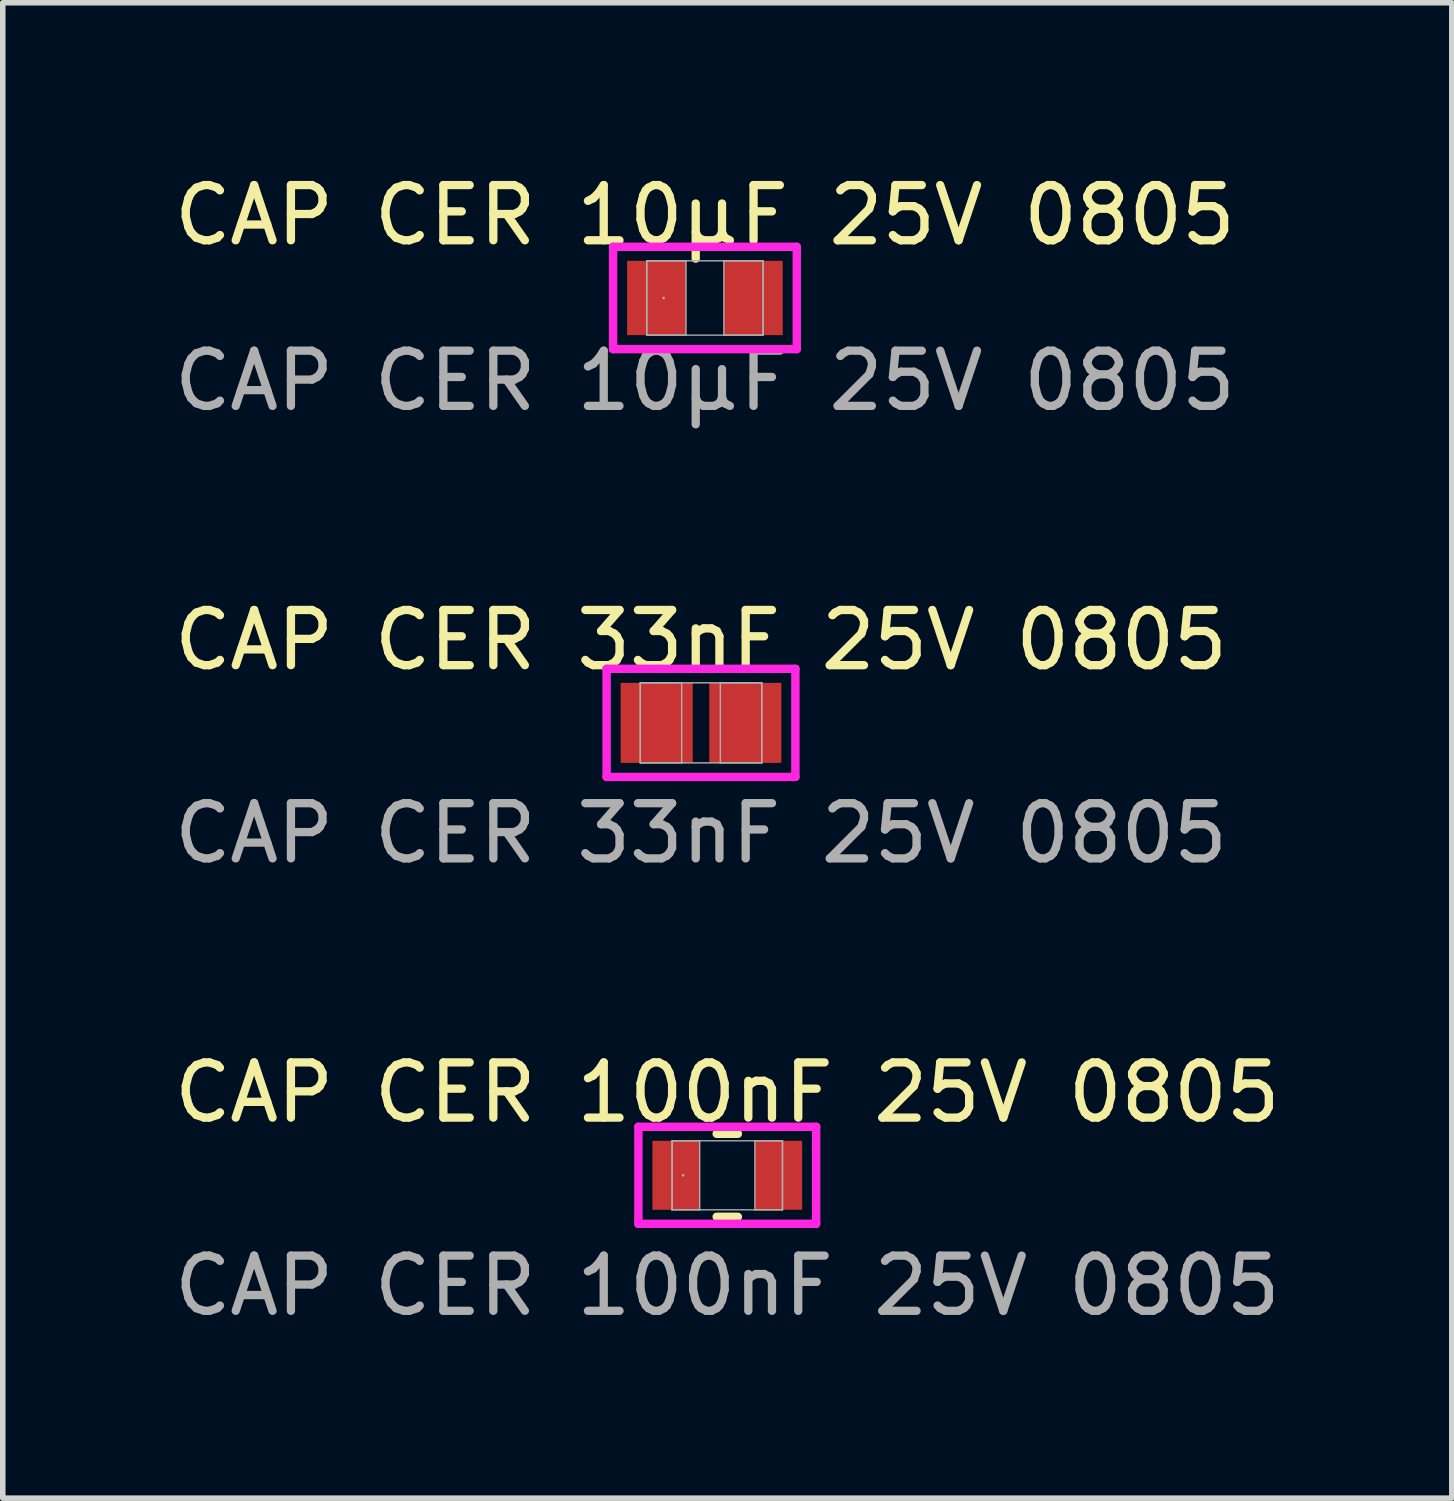
<source format=kicad_pcb>
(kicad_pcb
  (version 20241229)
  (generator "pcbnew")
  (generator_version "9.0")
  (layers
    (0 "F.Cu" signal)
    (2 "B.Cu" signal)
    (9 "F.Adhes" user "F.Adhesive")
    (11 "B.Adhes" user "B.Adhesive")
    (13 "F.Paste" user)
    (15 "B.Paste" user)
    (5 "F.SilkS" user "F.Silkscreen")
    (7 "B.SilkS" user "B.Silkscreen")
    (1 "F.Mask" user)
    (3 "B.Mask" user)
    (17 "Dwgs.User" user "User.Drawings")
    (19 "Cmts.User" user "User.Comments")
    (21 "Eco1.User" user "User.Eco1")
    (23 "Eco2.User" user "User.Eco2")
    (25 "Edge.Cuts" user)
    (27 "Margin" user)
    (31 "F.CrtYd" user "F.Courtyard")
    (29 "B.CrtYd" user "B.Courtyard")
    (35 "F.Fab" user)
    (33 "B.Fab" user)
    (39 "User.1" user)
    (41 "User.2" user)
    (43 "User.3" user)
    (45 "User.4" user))
  (footprint "CAP CER 100nF 25V 0805"
    (layer "F.Cu")
    (at 10.125 18.241)
    (property "Reference" "CAP CER 100nF 25V 0805" (at 0 -1.5 0) (unlocked yes) (layer "F.SilkS") (effects (font (size 1 1) (thickness 0.15))))
    (attr smd)
    (fp_line (start -0.192 0.752) (end 0.192 0.752) (stroke (width 0.152) (type solid)) (layer "F.SilkS"))
    (fp_line (start 0.192 -0.752) (end -0.192 -0.752) (stroke (width 0.152) (type solid)) (layer "F.SilkS"))
    (fp_line (start -1.61 -0.879) (end 1.61 -0.879) (stroke (width 0.152) (type solid)) (layer "F.CrtYd"))
    (fp_line (start -1.61 0.879) (end -1.61 -0.879) (stroke (width 0.152) (type solid)) (layer "F.CrtYd"))
    (fp_line (start 1.61 -0.879) (end 1.61 0.879) (stroke (width 0.152) (type solid)) (layer "F.CrtYd"))
    (fp_line (start 1.61 0.879) (end -1.61 0.879) (stroke (width 0.152) (type solid)) (layer "F.CrtYd"))
    (fp_line (start -1 -0.625) (end -1 0.625) (stroke (width 0.025) (type solid)) (layer "F.Fab"))
    (fp_line (start -1 -0.625) (end -1 0.625) (stroke (width 0.025) (type solid)) (layer "F.Fab"))
    (fp_line (start -1 0.625) (end -0.5 0.625) (stroke (width 0.025) (type solid)) (layer "F.Fab"))
    (fp_line (start -1 0.625) (end 1 0.625) (stroke (width 0.025) (type solid)) (layer "F.Fab"))
    (fp_line (start -0.5 -0.625) (end -1 -0.625) (stroke (width 0.025) (type solid)) (layer "F.Fab"))
    (fp_line (start -0.5 0.625) (end -0.5 -0.625) (stroke (width 0.025) (type solid)) (layer "F.Fab"))
    (fp_line (start 0.5 -0.625) (end 0.5 0.625) (stroke (width 0.025) (type solid)) (layer "F.Fab"))
    (fp_line (start 0.5 0.625) (end 1 0.625) (stroke (width 0.025) (type solid)) (layer "F.Fab"))
    (fp_line (start 1 -0.625) (end -1 -0.625) (stroke (width 0.025) (type solid)) (layer "F.Fab"))
    (fp_line (start 1 -0.625) (end 0.5 -0.625) (stroke (width 0.025) (type solid)) (layer "F.Fab"))
    (fp_line (start 1 0.625) (end 1 -0.625) (stroke (width 0.025) (type solid)) (layer "F.Fab"))
    (fp_line (start 1 0.625) (end 1 -0.625) (stroke (width 0.025) (type solid)) (layer "F.Fab"))
    (fp_circle (center -0.801 0) (end -0.801 0) (stroke (width 0.025) (type solid)) (fill no) (layer "F.Fab"))
    (fp_text user "${REFERENCE}" (at 0 2 0) (unlocked yes) (layer "F.Fab") (effects (font (size 1 1) (thickness 0.15))))
    (pad "1" smd rect (at -0.928 0) (size 0.856 1.25) (layers "F.Cu" "F.Mask" "F.Paste"))
    (pad "2" smd rect (at 0.928 0) (size 0.856 1.25) (layers "F.Cu" "F.Mask" "F.Paste"))
    (zone (net_name "") (layer "F.Cu") (hatch full 0.508) (connect_pads) (min_thickness 0.254) (filled_areas_thickness no) (keepout (tracks not_allowed) (vias not_allowed) (pads allowed) (copperpour not_allowed) (footprints allowed)) (placement (enabled no)) (fill) (polygon (pts (xy 9.676 17.667) (xy 10.574 17.667) (xy 10.574 18.815) (xy 9.676 18.815)))))
  (footprint "CAP CER 33nF 25V 0805"
    (layer "F.Cu")
    (at 9.649 10.045)
    (property "Reference" "CAP CER 33nF 25V 0805" (at 0 -1.5 0) (unlocked yes) (layer "F.SilkS") (effects (font (size 1 1) (thickness 0.15))))
    (attr smd)
    (fp_line (start -1.71 -0.979) (end 1.71 -0.979) (stroke (width 0.152) (type solid)) (layer "F.CrtYd"))
    (fp_line (start -1.71 0.979) (end -1.71 -0.979) (stroke (width 0.152) (type solid)) (layer "F.CrtYd"))
    (fp_line (start 1.71 -0.979) (end 1.71 0.979) (stroke (width 0.152) (type solid)) (layer "F.CrtYd"))
    (fp_line (start 1.71 0.979) (end -1.71 0.979) (stroke (width 0.152) (type solid)) (layer "F.CrtYd"))
    (fp_line (start -1.1 -0.725) (end -1.1 0.725) (stroke (width 0.025) (type solid)) (layer "F.Fab"))
    (fp_line (start -1.1 -0.725) (end -1.1 0.725) (stroke (width 0.025) (type solid)) (layer "F.Fab"))
    (fp_line (start -1.1 0.725) (end -0.35 0.725) (stroke (width 0.025) (type solid)) (layer "F.Fab"))
    (fp_line (start -1.1 0.725) (end 1.1 0.725) (stroke (width 0.025) (type solid)) (layer "F.Fab"))
    (fp_line (start -0.35 -0.725) (end -1.1 -0.725) (stroke (width 0.025) (type solid)) (layer "F.Fab"))
    (fp_line (start -0.35 0.725) (end -0.35 -0.725) (stroke (width 0.025) (type solid)) (layer "F.Fab"))
    (fp_line (start 0.35 -0.725) (end 0.35 0.725) (stroke (width 0.025) (type solid)) (layer "F.Fab"))
    (fp_line (start 0.35 0.725) (end 1.1 0.725) (stroke (width 0.025) (type solid)) (layer "F.Fab"))
    (fp_line (start 1.1 -0.725) (end -1.1 -0.725) (stroke (width 0.025) (type solid)) (layer "F.Fab"))
    (fp_line (start 1.1 -0.725) (end 0.35 -0.725) (stroke (width 0.025) (type solid)) (layer "F.Fab"))
    (fp_line (start 1.1 0.725) (end 1.1 -0.725) (stroke (width 0.025) (type solid)) (layer "F.Fab"))
    (fp_line (start 1.1 0.725) (end 1.1 -0.725) (stroke (width 0.025) (type solid)) (layer "F.Fab"))
    (fp_text user "${REFERENCE}" (at 0 2 0) (unlocked yes) (layer "F.Fab") (effects (font (size 1 1) (thickness 0.15))))
    (pad "1" smd rect (at -0.803 0) (size 1.306 1.45) (layers "F.Cu" "F.Mask" "F.Paste"))
    (pad "2" smd rect (at 0.803 0) (size 1.306 1.45) (layers "F.Cu" "F.Mask" "F.Paste"))
    (zone (net_name "") (layer "F.Cu") (hatch full 0.508) (connect_pads) (min_thickness 0.254) (filled_areas_thickness no) (keepout (tracks not_allowed) (vias not_allowed) (pads allowed) (copperpour not_allowed) (footprints allowed)) (placement (enabled no)) (fill) (polygon (pts (xy 9.55 9.371) (xy 9.748 9.371) (xy 9.748 10.719) (xy 9.55 10.719)))))
  (footprint "CAP CER 10µF 25V 0805"
    (layer "F.Cu")
    (at 9.72 2.348)
    (property "Reference" "CAP CER 10µF 25V 0805" (at 0 -1.5 0) (unlocked yes) (layer "F.SilkS") (effects (font (size 1 1) (thickness 0.15))))
    (attr smd)
    (fp_line (start -1.664 -0.927) (end 1.664 -0.927) (stroke (width 0.152) (type solid)) (layer "F.CrtYd"))
    (fp_line (start -1.664 0.927) (end -1.664 -0.927) (stroke (width 0.152) (type solid)) (layer "F.CrtYd"))
    (fp_line (start 1.664 -0.927) (end 1.664 0.927) (stroke (width 0.152) (type solid)) (layer "F.CrtYd"))
    (fp_line (start 1.664 0.927) (end -1.664 0.927) (stroke (width 0.152) (type solid)) (layer "F.CrtYd"))
    (fp_line (start -1.054 -0.673) (end -1.054 0.673) (stroke (width 0.025) (type solid)) (layer "F.Fab"))
    (fp_line (start -1.054 -0.673) (end -1.054 0.673) (stroke (width 0.025) (type solid)) (layer "F.Fab"))
    (fp_line (start -1.054 0.673) (end -0.343 0.673) (stroke (width 0.025) (type solid)) (layer "F.Fab"))
    (fp_line (start -1.054 0.673) (end 1.054 0.673) (stroke (width 0.025) (type solid)) (layer "F.Fab"))
    (fp_line (start -0.343 -0.673) (end -1.054 -0.673) (stroke (width 0.025) (type solid)) (layer "F.Fab"))
    (fp_line (start -0.343 0.673) (end -0.343 -0.673) (stroke (width 0.025) (type solid)) (layer "F.Fab"))
    (fp_line (start 0.343 -0.673) (end 0.343 0.673) (stroke (width 0.025) (type solid)) (layer "F.Fab"))
    (fp_line (start 0.343 0.673) (end 1.054 0.673) (stroke (width 0.025) (type solid)) (layer "F.Fab"))
    (fp_line (start 1.054 -0.673) (end -1.054 -0.673) (stroke (width 0.025) (type solid)) (layer "F.Fab"))
    (fp_line (start 1.054 -0.673) (end 0.343 -0.673) (stroke (width 0.025) (type solid)) (layer "F.Fab"))
    (fp_line (start 1.054 0.673) (end 1.054 -0.673) (stroke (width 0.025) (type solid)) (layer "F.Fab"))
    (fp_line (start 1.054 0.673) (end 1.054 -0.673) (stroke (width 0.025) (type solid)) (layer "F.Fab"))
    (fp_circle (center -0.749 0) (end -0.749 0) (stroke (width 0.025) (type solid)) (fill no) (layer "F.Fab"))
    (fp_text user "${REFERENCE}" (at 0 1.5 0) (unlocked yes) (layer "F.Fab") (effects (font (size 1 1) (thickness 0.15))))
    (pad "1" smd rect (at -0.876 0) (size 1.067 1.346) (layers "F.Cu" "F.Mask" "F.Paste"))
    (pad "2" smd rect (at 0.876 0) (size 1.067 1.346) (layers "F.Cu" "F.Mask" "F.Paste"))
    (zone (net_name "") (layer "F.Cu") (hatch full 0.508) (connect_pads) (min_thickness 0.254) (filled_areas_thickness no) (keepout (tracks not_allowed) (vias not_allowed) (pads allowed) (copperpour not_allowed) (footprints allowed)) (placement (enabled no)) (fill) (polygon (pts (xy 9.428 1.726) (xy 10.012 1.726) (xy 10.012 2.971) (xy 9.428 2.971)))))
  (gr_rect
    (start -3 -3)
    (end 23.25 24.09)
    (stroke (width 0.1) (type default))
    (fill no)
    (layer "Edge.Cuts")))
</source>
